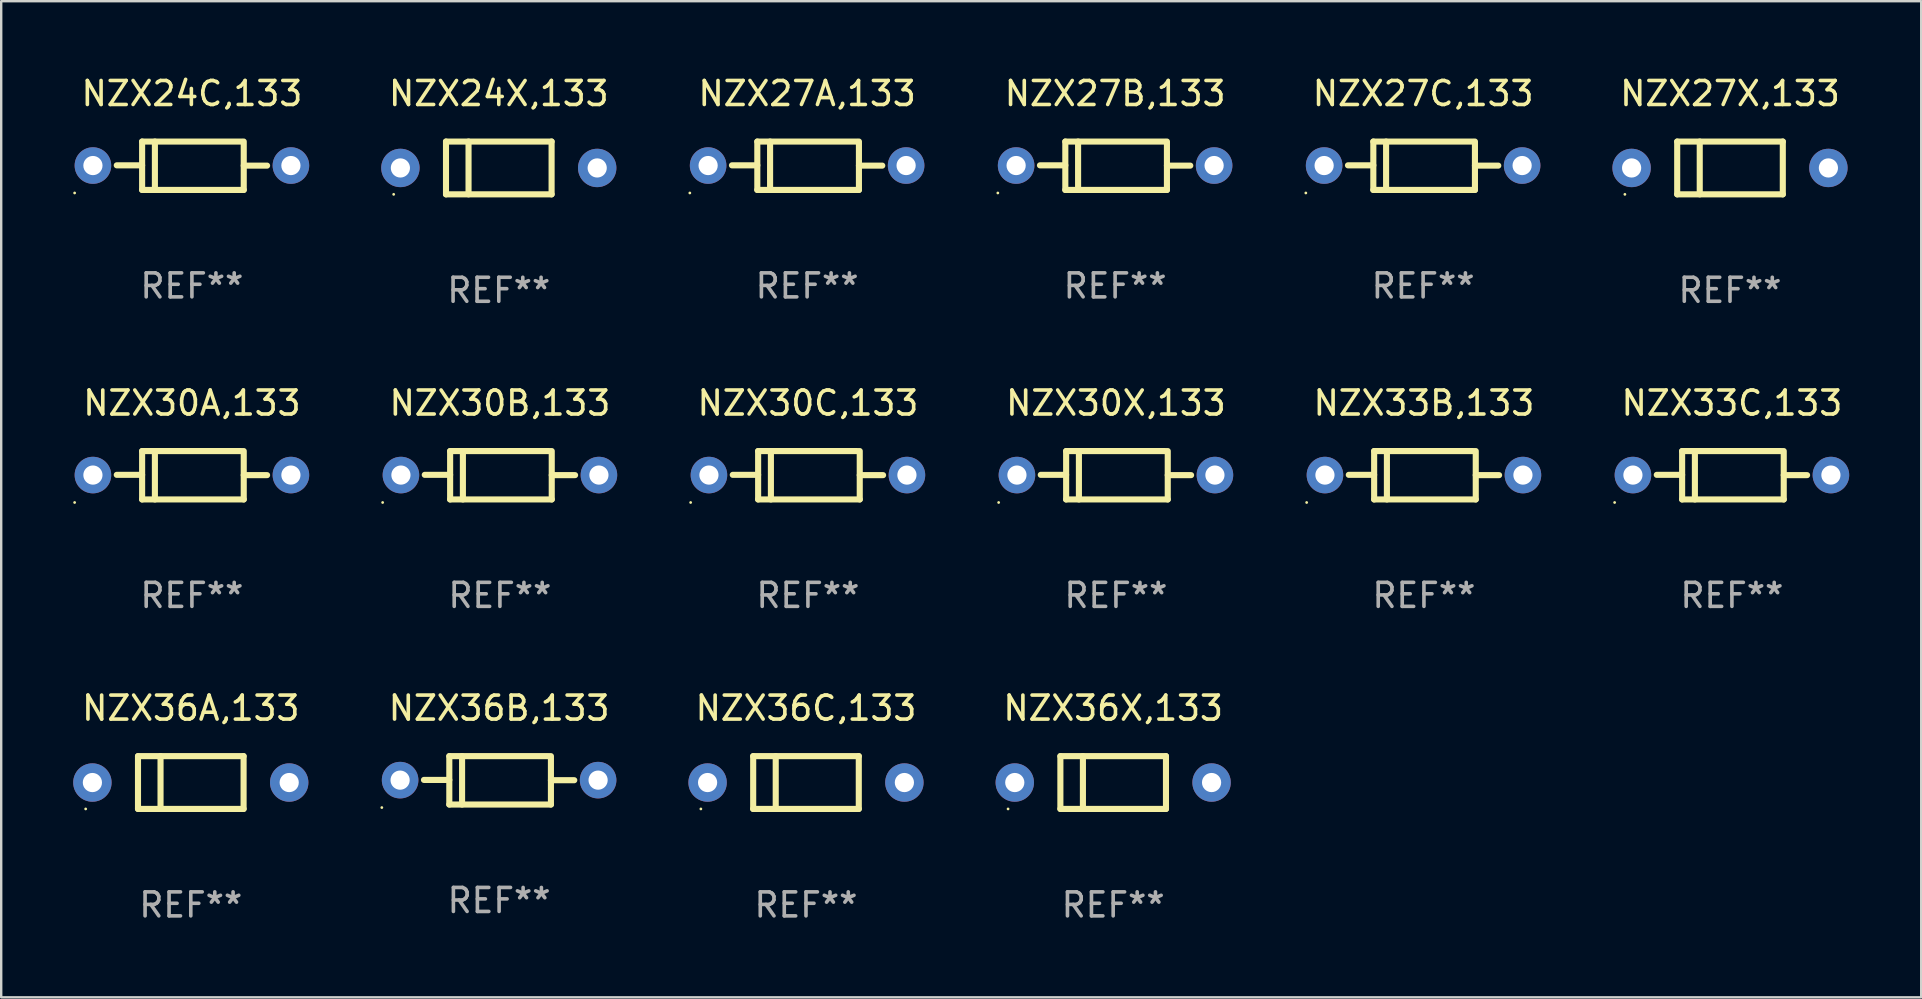
<source format=kicad_pcb>
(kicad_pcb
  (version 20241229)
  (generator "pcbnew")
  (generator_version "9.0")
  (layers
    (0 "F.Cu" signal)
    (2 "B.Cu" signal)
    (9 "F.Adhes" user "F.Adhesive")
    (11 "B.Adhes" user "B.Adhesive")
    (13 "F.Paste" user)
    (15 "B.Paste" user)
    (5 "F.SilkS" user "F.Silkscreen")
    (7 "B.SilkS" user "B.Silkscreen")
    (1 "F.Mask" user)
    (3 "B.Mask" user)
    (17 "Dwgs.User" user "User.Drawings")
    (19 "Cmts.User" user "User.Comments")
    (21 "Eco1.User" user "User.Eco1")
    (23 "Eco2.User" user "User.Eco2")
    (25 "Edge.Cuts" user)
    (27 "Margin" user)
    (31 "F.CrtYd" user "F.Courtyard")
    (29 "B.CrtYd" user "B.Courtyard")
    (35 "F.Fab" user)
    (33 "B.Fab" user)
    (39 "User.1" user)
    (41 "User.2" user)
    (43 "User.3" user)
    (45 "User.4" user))
  (footprint "NZX27B,133"
    (layer "F.Cu")
    (at 43.415 3.856)
    (property "Reference" "NZX27B,133" (at 0 -3.008 0) (layer "F.SilkS") (effects (font (size 1 1) (thickness 0.15))))
    (attr through_hole)
    (fp_line (start -2.075 -1.008) (end -2.075 1.008) (stroke (width 0.254) (type solid)) (layer "F.SilkS"))
    (fp_line (start -2.075 -0.017) (end -3.132 -0.017) (stroke (width 0.254) (type solid)) (layer "F.SilkS"))
    (fp_line (start -2.075 1.008) (end 2.159 1.008) (stroke (width 0.254) (type solid)) (layer "F.SilkS"))
    (fp_line (start -1.543 -1.008) (end -1.543 1.008) (stroke (width 0.254) (type solid)) (layer "F.SilkS"))
    (fp_line (start 2.075 -1.008) (end -2.075 -1.008) (stroke (width 0.254) (type solid)) (layer "F.SilkS"))
    (fp_line (start 2.159 -0.005) (end 3.132 -0.005) (stroke (width 0.254) (type solid)) (layer "F.SilkS"))
    (fp_line (start 2.159 1.008) (end 2.159 -1.008) (stroke (width 0.254) (type solid)) (layer "F.SilkS"))
    (fp_circle (center -4.887 1.135) (end -4.857 1.135) (stroke (width 0.06) (type solid)) (fill no) (layer "F.SilkS"))
    (fp_text user "REF**" (at 0 5.008 0) (layer "F.Fab") (effects (font (size 1 1) (thickness 0.15))))
    (pad "1" thru_hole circle (at -4.125 -0.008) (size 1.524 1.524) (drill 0.8) (layers "*.Cu" "*.Mask"))
    (pad "2" thru_hole circle (at 4.125 -0.008) (size 1.524 1.524) (drill 0.8) (layers "*.Cu" "*.Mask")))
  (footprint "NZX30A,133"
    (layer "F.Cu")
    (at 4.947 16.753)
    (property "Reference" "NZX30A,133" (at 0 -3.008 0) (layer "F.SilkS") (effects (font (size 1 1) (thickness 0.15))))
    (attr through_hole)
    (fp_line (start -2.075 -1.008) (end -2.075 1.008) (stroke (width 0.254) (type solid)) (layer "F.SilkS"))
    (fp_line (start -2.075 -0.017) (end -3.132 -0.017) (stroke (width 0.254) (type solid)) (layer "F.SilkS"))
    (fp_line (start -2.075 1.008) (end 2.159 1.008) (stroke (width 0.254) (type solid)) (layer "F.SilkS"))
    (fp_line (start -1.543 -1.008) (end -1.543 1.008) (stroke (width 0.254) (type solid)) (layer "F.SilkS"))
    (fp_line (start 2.075 -1.008) (end -2.075 -1.008) (stroke (width 0.254) (type solid)) (layer "F.SilkS"))
    (fp_line (start 2.159 -0.005) (end 3.132 -0.005) (stroke (width 0.254) (type solid)) (layer "F.SilkS"))
    (fp_line (start 2.159 1.008) (end 2.159 -1.008) (stroke (width 0.254) (type solid)) (layer "F.SilkS"))
    (fp_circle (center -4.887 1.135) (end -4.857 1.135) (stroke (width 0.06) (type solid)) (fill no) (layer "F.SilkS"))
    (fp_text user "REF**" (at 0 5.008 0) (layer "F.Fab") (effects (font (size 1 1) (thickness 0.15))))
    (pad "1" thru_hole circle (at -4.125 -0.008) (size 1.524 1.524) (drill 0.8) (layers "*.Cu" "*.Mask"))
    (pad "2" thru_hole circle (at 4.125 -0.008) (size 1.524 1.524) (drill 0.8) (layers "*.Cu" "*.Mask")))
  (footprint "NZX33C,133"
    (layer "F.Cu")
    (at 69.116 16.753)
    (property "Reference" "NZX33C,133" (at 0 -3.008 0) (layer "F.SilkS") (effects (font (size 1 1) (thickness 0.15))))
    (attr through_hole)
    (fp_line (start -2.075 -1.008) (end -2.075 1.008) (stroke (width 0.254) (type solid)) (layer "F.SilkS"))
    (fp_line (start -2.075 -0.017) (end -3.132 -0.017) (stroke (width 0.254) (type solid)) (layer "F.SilkS"))
    (fp_line (start -2.075 1.008) (end 2.159 1.008) (stroke (width 0.254) (type solid)) (layer "F.SilkS"))
    (fp_line (start -1.543 -1.008) (end -1.543 1.008) (stroke (width 0.254) (type solid)) (layer "F.SilkS"))
    (fp_line (start 2.075 -1.008) (end -2.075 -1.008) (stroke (width 0.254) (type solid)) (layer "F.SilkS"))
    (fp_line (start 2.159 -0.005) (end 3.132 -0.005) (stroke (width 0.254) (type solid)) (layer "F.SilkS"))
    (fp_line (start 2.159 1.008) (end 2.159 -1.008) (stroke (width 0.254) (type solid)) (layer "F.SilkS"))
    (fp_circle (center -4.887 1.135) (end -4.857 1.135) (stroke (width 0.06) (type solid)) (fill no) (layer "F.SilkS"))
    (fp_text user "REF**" (at 0 5.008 0) (layer "F.Fab") (effects (font (size 1 1) (thickness 0.15))))
    (pad "1" thru_hole circle (at -4.125 -0.008) (size 1.524 1.524) (drill 0.8) (layers "*.Cu" "*.Mask"))
    (pad "2" thru_hole circle (at 4.125 -0.008) (size 1.524 1.524) (drill 0.8) (layers "*.Cu" "*.Mask")))
  (footprint "NZX30C,133"
    (layer "F.Cu")
    (at 30.615 16.753)
    (property "Reference" "NZX30C,133" (at 0 -3.008 0) (layer "F.SilkS") (effects (font (size 1 1) (thickness 0.15))))
    (attr through_hole)
    (fp_line (start -2.075 -1.008) (end -2.075 1.008) (stroke (width 0.254) (type solid)) (layer "F.SilkS"))
    (fp_line (start -2.075 -0.017) (end -3.132 -0.017) (stroke (width 0.254) (type solid)) (layer "F.SilkS"))
    (fp_line (start -2.075 1.008) (end 2.159 1.008) (stroke (width 0.254) (type solid)) (layer "F.SilkS"))
    (fp_line (start -1.543 -1.008) (end -1.543 1.008) (stroke (width 0.254) (type solid)) (layer "F.SilkS"))
    (fp_line (start 2.075 -1.008) (end -2.075 -1.008) (stroke (width 0.254) (type solid)) (layer "F.SilkS"))
    (fp_line (start 2.159 -0.005) (end 3.132 -0.005) (stroke (width 0.254) (type solid)) (layer "F.SilkS"))
    (fp_line (start 2.159 1.008) (end 2.159 -1.008) (stroke (width 0.254) (type solid)) (layer "F.SilkS"))
    (fp_circle (center -4.887 1.135) (end -4.857 1.135) (stroke (width 0.06) (type solid)) (fill no) (layer "F.SilkS"))
    (fp_text user "REF**" (at 0 5.008 0) (layer "F.Fab") (effects (font (size 1 1) (thickness 0.15))))
    (pad "1" thru_hole circle (at -4.125 -0.008) (size 1.524 1.524) (drill 0.8) (layers "*.Cu" "*.Mask"))
    (pad "2" thru_hole circle (at 4.125 -0.008) (size 1.524 1.524) (drill 0.8) (layers "*.Cu" "*.Mask")))
  (footprint "NZX36A,133"
    (layer "F.Cu")
    (at 4.9 29.557)
    (property "Reference" "NZX36A,133" (at 0 -3.1 0) (layer "F.SilkS") (effects (font (size 1 1) (thickness 0.15))))
    (attr through_hole)
    (fp_line (start -2.2 -1.1) (end -2.2 1.1) (stroke (width 0.254) (type solid)) (layer "F.SilkS"))
    (fp_line (start -2.2 -1.1) (end 2.2 -1.1) (stroke (width 0.254) (type solid)) (layer "F.SilkS"))
    (fp_line (start -2.2 1.1) (end 2.2 1.1) (stroke (width 0.254) (type solid)) (layer "F.SilkS"))
    (fp_line (start -1.261 -1.1) (end -1.261 1.1) (stroke (width 0.254) (type solid)) (layer "F.SilkS"))
    (fp_line (start 2.2 -1.1) (end 2.2 1.1) (stroke (width 0.254) (type solid)) (layer "F.SilkS"))
    (fp_circle (center -4.38 1.1) (end -4.35 1.1) (stroke (width 0.06) (type solid)) (fill no) (layer "F.SilkS"))
    (fp_text user "REF**" (at 0 5.1 0) (layer "F.Fab") (effects (font (size 1 1) (thickness 0.15))))
    (pad "1" thru_hole circle (at -4.1 0) (size 1.6 1.6) (drill 0.8) (layers "*.Cu" "*.Mask"))
    (pad "2" thru_hole circle (at 4.1 0) (size 1.6 1.6) (drill 0.8) (layers "*.Cu" "*.Mask")))
  (footprint "NZX27X,133"
    (layer "F.Cu")
    (at 69.036 3.948)
    (property "Reference" "NZX27X,133" (at 0 -3.1 0) (layer "F.SilkS") (effects (font (size 1 1) (thickness 0.15))))
    (attr through_hole)
    (fp_line (start -2.2 -1.1) (end -2.2 1.1) (stroke (width 0.254) (type solid)) (layer "F.SilkS"))
    (fp_line (start -2.2 -1.1) (end 2.2 -1.1) (stroke (width 0.254) (type solid)) (layer "F.SilkS"))
    (fp_line (start -2.2 1.1) (end 2.2 1.1) (stroke (width 0.254) (type solid)) (layer "F.SilkS"))
    (fp_line (start -1.261 -1.1) (end -1.261 1.1) (stroke (width 0.254) (type solid)) (layer "F.SilkS"))
    (fp_line (start 2.2 -1.1) (end 2.2 1.1) (stroke (width 0.254) (type solid)) (layer "F.SilkS"))
    (fp_circle (center -4.38 1.1) (end -4.35 1.1) (stroke (width 0.06) (type solid)) (fill no) (layer "F.SilkS"))
    (fp_text user "REF**" (at 0 5.1 0) (layer "F.Fab") (effects (font (size 1 1) (thickness 0.15))))
    (pad "1" thru_hole circle (at -4.1 0) (size 1.6 1.6) (drill 0.8) (layers "*.Cu" "*.Mask"))
    (pad "2" thru_hole circle (at 4.1 0) (size 1.6 1.6) (drill 0.8) (layers "*.Cu" "*.Mask")))
  (footprint "NZX24C,133"
    (layer "F.Cu")
    (at 4.947 3.856)
    (property "Reference" "NZX24C,133" (at 0 -3.008 0) (layer "F.SilkS") (effects (font (size 1 1) (thickness 0.15))))
    (attr through_hole)
    (fp_line (start -2.075 -1.008) (end -2.075 1.008) (stroke (width 0.254) (type solid)) (layer "F.SilkS"))
    (fp_line (start -2.075 -0.017) (end -3.132 -0.017) (stroke (width 0.254) (type solid)) (layer "F.SilkS"))
    (fp_line (start -2.075 1.008) (end 2.159 1.008) (stroke (width 0.254) (type solid)) (layer "F.SilkS"))
    (fp_line (start -1.543 -1.008) (end -1.543 1.008) (stroke (width 0.254) (type solid)) (layer "F.SilkS"))
    (fp_line (start 2.075 -1.008) (end -2.075 -1.008) (stroke (width 0.254) (type solid)) (layer "F.SilkS"))
    (fp_line (start 2.159 -0.005) (end 3.132 -0.005) (stroke (width 0.254) (type solid)) (layer "F.SilkS"))
    (fp_line (start 2.159 1.008) (end 2.159 -1.008) (stroke (width 0.254) (type solid)) (layer "F.SilkS"))
    (fp_circle (center -4.887 1.135) (end -4.857 1.135) (stroke (width 0.06) (type solid)) (fill no) (layer "F.SilkS"))
    (fp_text user "REF**" (at 0 5.008 0) (layer "F.Fab") (effects (font (size 1 1) (thickness 0.15))))
    (pad "1" thru_hole circle (at -4.125 -0.008) (size 1.524 1.524) (drill 0.8) (layers "*.Cu" "*.Mask"))
    (pad "2" thru_hole circle (at 4.125 -0.008) (size 1.524 1.524) (drill 0.8) (layers "*.Cu" "*.Mask")))
  (footprint "NZX36B,133"
    (layer "F.Cu")
    (at 17.747 29.465)
    (property "Reference" "NZX36B,133" (at 0 -3.008 0) (layer "F.SilkS") (effects (font (size 1 1) (thickness 0.15))))
    (attr through_hole)
    (fp_line (start -2.075 -1.008) (end -2.075 1.008) (stroke (width 0.254) (type solid)) (layer "F.SilkS"))
    (fp_line (start -2.075 -0.017) (end -3.132 -0.017) (stroke (width 0.254) (type solid)) (layer "F.SilkS"))
    (fp_line (start -2.075 1.008) (end 2.159 1.008) (stroke (width 0.254) (type solid)) (layer "F.SilkS"))
    (fp_line (start -1.543 -1.008) (end -1.543 1.008) (stroke (width 0.254) (type solid)) (layer "F.SilkS"))
    (fp_line (start 2.075 -1.008) (end -2.075 -1.008) (stroke (width 0.254) (type solid)) (layer "F.SilkS"))
    (fp_line (start 2.159 -0.005) (end 3.132 -0.005) (stroke (width 0.254) (type solid)) (layer "F.SilkS"))
    (fp_line (start 2.159 1.008) (end 2.159 -1.008) (stroke (width 0.254) (type solid)) (layer "F.SilkS"))
    (fp_circle (center -4.887 1.135) (end -4.857 1.135) (stroke (width 0.06) (type solid)) (fill no) (layer "F.SilkS"))
    (fp_text user "REF**" (at 0 5.008 0) (layer "F.Fab") (effects (font (size 1 1) (thickness 0.15))))
    (pad "1" thru_hole circle (at -4.125 -0.008) (size 1.524 1.524) (drill 0.8) (layers "*.Cu" "*.Mask"))
    (pad "2" thru_hole circle (at 4.125 -0.008) (size 1.524 1.524) (drill 0.8) (layers "*.Cu" "*.Mask")))
  (footprint "NZX30X,133"
    (layer "F.Cu")
    (at 43.449 16.753)
    (property "Reference" "NZX30X,133" (at 0 -3.008 0) (layer "F.SilkS") (effects (font (size 1 1) (thickness 0.15))))
    (attr through_hole)
    (fp_line (start -2.075 -1.008) (end -2.075 1.008) (stroke (width 0.254) (type solid)) (layer "F.SilkS"))
    (fp_line (start -2.075 -0.017) (end -3.132 -0.017) (stroke (width 0.254) (type solid)) (layer "F.SilkS"))
    (fp_line (start -2.075 1.008) (end 2.159 1.008) (stroke (width 0.254) (type solid)) (layer "F.SilkS"))
    (fp_line (start -1.543 -1.008) (end -1.543 1.008) (stroke (width 0.254) (type solid)) (layer "F.SilkS"))
    (fp_line (start 2.075 -1.008) (end -2.075 -1.008) (stroke (width 0.254) (type solid)) (layer "F.SilkS"))
    (fp_line (start 2.159 -0.005) (end 3.132 -0.005) (stroke (width 0.254) (type solid)) (layer "F.SilkS"))
    (fp_line (start 2.159 1.008) (end 2.159 -1.008) (stroke (width 0.254) (type solid)) (layer "F.SilkS"))
    (fp_circle (center -4.887 1.135) (end -4.857 1.135) (stroke (width 0.06) (type solid)) (fill no) (layer "F.SilkS"))
    (fp_text user "REF**" (at 0 5.008 0) (layer "F.Fab") (effects (font (size 1 1) (thickness 0.15))))
    (pad "1" thru_hole circle (at -4.125 -0.008) (size 1.524 1.524) (drill 0.8) (layers "*.Cu" "*.Mask"))
    (pad "2" thru_hole circle (at 4.125 -0.008) (size 1.524 1.524) (drill 0.8) (layers "*.Cu" "*.Mask")))
  (footprint "NZX36C,133"
    (layer "F.Cu")
    (at 30.534 29.557)
    (property "Reference" "NZX36C,133" (at 0 -3.1 0) (layer "F.SilkS") (effects (font (size 1 1) (thickness 0.15))))
    (attr through_hole)
    (fp_line (start -2.2 -1.1) (end -2.2 1.1) (stroke (width 0.254) (type solid)) (layer "F.SilkS"))
    (fp_line (start -2.2 -1.1) (end 2.2 -1.1) (stroke (width 0.254) (type solid)) (layer "F.SilkS"))
    (fp_line (start -2.2 1.1) (end 2.2 1.1) (stroke (width 0.254) (type solid)) (layer "F.SilkS"))
    (fp_line (start -1.261 -1.1) (end -1.261 1.1) (stroke (width 0.254) (type solid)) (layer "F.SilkS"))
    (fp_line (start 2.2 -1.1) (end 2.2 1.1) (stroke (width 0.254) (type solid)) (layer "F.SilkS"))
    (fp_circle (center -4.38 1.1) (end -4.35 1.1) (stroke (width 0.06) (type solid)) (fill no) (layer "F.SilkS"))
    (fp_text user "REF**" (at 0 5.1 0) (layer "F.Fab") (effects (font (size 1 1) (thickness 0.15))))
    (pad "1" thru_hole circle (at -4.1 0) (size 1.6 1.6) (drill 0.8) (layers "*.Cu" "*.Mask"))
    (pad "2" thru_hole circle (at 4.1 0) (size 1.6 1.6) (drill 0.8) (layers "*.Cu" "*.Mask")))
  (footprint "NZX27A,133"
    (layer "F.Cu")
    (at 30.581 3.856)
    (property "Reference" "NZX27A,133" (at 0 -3.008 0) (layer "F.SilkS") (effects (font (size 1 1) (thickness 0.15))))
    (attr through_hole)
    (fp_line (start -2.075 -1.008) (end -2.075 1.008) (stroke (width 0.254) (type solid)) (layer "F.SilkS"))
    (fp_line (start -2.075 -0.017) (end -3.132 -0.017) (stroke (width 0.254) (type solid)) (layer "F.SilkS"))
    (fp_line (start -2.075 1.008) (end 2.159 1.008) (stroke (width 0.254) (type solid)) (layer "F.SilkS"))
    (fp_line (start -1.543 -1.008) (end -1.543 1.008) (stroke (width 0.254) (type solid)) (layer "F.SilkS"))
    (fp_line (start 2.075 -1.008) (end -2.075 -1.008) (stroke (width 0.254) (type solid)) (layer "F.SilkS"))
    (fp_line (start 2.159 -0.005) (end 3.132 -0.005) (stroke (width 0.254) (type solid)) (layer "F.SilkS"))
    (fp_line (start 2.159 1.008) (end 2.159 -1.008) (stroke (width 0.254) (type solid)) (layer "F.SilkS"))
    (fp_circle (center -4.887 1.135) (end -4.857 1.135) (stroke (width 0.06) (type solid)) (fill no) (layer "F.SilkS"))
    (fp_text user "REF**" (at 0 5.008 0) (layer "F.Fab") (effects (font (size 1 1) (thickness 0.15))))
    (pad "1" thru_hole circle (at -4.125 -0.008) (size 1.524 1.524) (drill 0.8) (layers "*.Cu" "*.Mask"))
    (pad "2" thru_hole circle (at 4.125 -0.008) (size 1.524 1.524) (drill 0.8) (layers "*.Cu" "*.Mask")))
  (footprint "NZX33B,133"
    (layer "F.Cu")
    (at 56.283 16.753)
    (property "Reference" "NZX33B,133" (at 0 -3.008 0) (layer "F.SilkS") (effects (font (size 1 1) (thickness 0.15))))
    (attr through_hole)
    (fp_line (start -2.075 -1.008) (end -2.075 1.008) (stroke (width 0.254) (type solid)) (layer "F.SilkS"))
    (fp_line (start -2.075 -0.017) (end -3.132 -0.017) (stroke (width 0.254) (type solid)) (layer "F.SilkS"))
    (fp_line (start -2.075 1.008) (end 2.159 1.008) (stroke (width 0.254) (type solid)) (layer "F.SilkS"))
    (fp_line (start -1.543 -1.008) (end -1.543 1.008) (stroke (width 0.254) (type solid)) (layer "F.SilkS"))
    (fp_line (start 2.075 -1.008) (end -2.075 -1.008) (stroke (width 0.254) (type solid)) (layer "F.SilkS"))
    (fp_line (start 2.159 -0.005) (end 3.132 -0.005) (stroke (width 0.254) (type solid)) (layer "F.SilkS"))
    (fp_line (start 2.159 1.008) (end 2.159 -1.008) (stroke (width 0.254) (type solid)) (layer "F.SilkS"))
    (fp_circle (center -4.887 1.135) (end -4.857 1.135) (stroke (width 0.06) (type solid)) (fill no) (layer "F.SilkS"))
    (fp_text user "REF**" (at 0 5.008 0) (layer "F.Fab") (effects (font (size 1 1) (thickness 0.15))))
    (pad "1" thru_hole circle (at -4.125 -0.008) (size 1.524 1.524) (drill 0.8) (layers "*.Cu" "*.Mask"))
    (pad "2" thru_hole circle (at 4.125 -0.008) (size 1.524 1.524) (drill 0.8) (layers "*.Cu" "*.Mask")))
  (footprint "NZX36X,133"
    (layer "F.Cu")
    (at 43.334 29.557)
    (property "Reference" "NZX36X,133" (at 0 -3.1 0) (layer "F.SilkS") (effects (font (size 1 1) (thickness 0.15))))
    (attr through_hole)
    (fp_line (start -2.2 -1.1) (end -2.2 1.1) (stroke (width 0.254) (type solid)) (layer "F.SilkS"))
    (fp_line (start -2.2 -1.1) (end 2.2 -1.1) (stroke (width 0.254) (type solid)) (layer "F.SilkS"))
    (fp_line (start -2.2 1.1) (end 2.2 1.1) (stroke (width 0.254) (type solid)) (layer "F.SilkS"))
    (fp_line (start -1.261 -1.1) (end -1.261 1.1) (stroke (width 0.254) (type solid)) (layer "F.SilkS"))
    (fp_line (start 2.2 -1.1) (end 2.2 1.1) (stroke (width 0.254) (type solid)) (layer "F.SilkS"))
    (fp_circle (center -4.38 1.1) (end -4.35 1.1) (stroke (width 0.06) (type solid)) (fill no) (layer "F.SilkS"))
    (fp_text user "REF**" (at 0 5.1 0) (layer "F.Fab") (effects (font (size 1 1) (thickness 0.15))))
    (pad "1" thru_hole circle (at -4.1 0) (size 1.6 1.6) (drill 0.8) (layers "*.Cu" "*.Mask"))
    (pad "2" thru_hole circle (at 4.1 0) (size 1.6 1.6) (drill 0.8) (layers "*.Cu" "*.Mask")))
  (footprint "NZX27C,133"
    (layer "F.Cu")
    (at 56.249 3.856)
    (property "Reference" "NZX27C,133" (at 0 -3.008 0) (layer "F.SilkS") (effects (font (size 1 1) (thickness 0.15))))
    (attr through_hole)
    (fp_line (start -2.075 -1.008) (end -2.075 1.008) (stroke (width 0.254) (type solid)) (layer "F.SilkS"))
    (fp_line (start -2.075 -0.017) (end -3.132 -0.017) (stroke (width 0.254) (type solid)) (layer "F.SilkS"))
    (fp_line (start -2.075 1.008) (end 2.159 1.008) (stroke (width 0.254) (type solid)) (layer "F.SilkS"))
    (fp_line (start -1.543 -1.008) (end -1.543 1.008) (stroke (width 0.254) (type solid)) (layer "F.SilkS"))
    (fp_line (start 2.075 -1.008) (end -2.075 -1.008) (stroke (width 0.254) (type solid)) (layer "F.SilkS"))
    (fp_line (start 2.159 -0.005) (end 3.132 -0.005) (stroke (width 0.254) (type solid)) (layer "F.SilkS"))
    (fp_line (start 2.159 1.008) (end 2.159 -1.008) (stroke (width 0.254) (type solid)) (layer "F.SilkS"))
    (fp_circle (center -4.887 1.135) (end -4.857 1.135) (stroke (width 0.06) (type solid)) (fill no) (layer "F.SilkS"))
    (fp_text user "REF**" (at 0 5.008 0) (layer "F.Fab") (effects (font (size 1 1) (thickness 0.15))))
    (pad "1" thru_hole circle (at -4.125 -0.008) (size 1.524 1.524) (drill 0.8) (layers "*.Cu" "*.Mask"))
    (pad "2" thru_hole circle (at 4.125 -0.008) (size 1.524 1.524) (drill 0.8) (layers "*.Cu" "*.Mask")))
  (footprint "NZX30B,133"
    (layer "F.Cu")
    (at 17.781 16.753)
    (property "Reference" "NZX30B,133" (at 0 -3.008 0) (layer "F.SilkS") (effects (font (size 1 1) (thickness 0.15))))
    (attr through_hole)
    (fp_line (start -2.075 -1.008) (end -2.075 1.008) (stroke (width 0.254) (type solid)) (layer "F.SilkS"))
    (fp_line (start -2.075 -0.017) (end -3.132 -0.017) (stroke (width 0.254) (type solid)) (layer "F.SilkS"))
    (fp_line (start -2.075 1.008) (end 2.159 1.008) (stroke (width 0.254) (type solid)) (layer "F.SilkS"))
    (fp_line (start -1.543 -1.008) (end -1.543 1.008) (stroke (width 0.254) (type solid)) (layer "F.SilkS"))
    (fp_line (start 2.075 -1.008) (end -2.075 -1.008) (stroke (width 0.254) (type solid)) (layer "F.SilkS"))
    (fp_line (start 2.159 -0.005) (end 3.132 -0.005) (stroke (width 0.254) (type solid)) (layer "F.SilkS"))
    (fp_line (start 2.159 1.008) (end 2.159 -1.008) (stroke (width 0.254) (type solid)) (layer "F.SilkS"))
    (fp_circle (center -4.887 1.135) (end -4.857 1.135) (stroke (width 0.06) (type solid)) (fill no) (layer "F.SilkS"))
    (fp_text user "REF**" (at 0 5.008 0) (layer "F.Fab") (effects (font (size 1 1) (thickness 0.15))))
    (pad "1" thru_hole circle (at -4.125 -0.008) (size 1.524 1.524) (drill 0.8) (layers "*.Cu" "*.Mask"))
    (pad "2" thru_hole circle (at 4.125 -0.008) (size 1.524 1.524) (drill 0.8) (layers "*.Cu" "*.Mask")))
  (footprint "NZX24X,133"
    (layer "F.Cu")
    (at 17.734 3.948)
    (property "Reference" "NZX24X,133" (at 0 -3.1 0) (layer "F.SilkS") (effects (font (size 1 1) (thickness 0.15))))
    (attr through_hole)
    (fp_line (start -2.2 -1.1) (end -2.2 1.1) (stroke (width 0.254) (type solid)) (layer "F.SilkS"))
    (fp_line (start -2.2 -1.1) (end 2.2 -1.1) (stroke (width 0.254) (type solid)) (layer "F.SilkS"))
    (fp_line (start -2.2 1.1) (end 2.2 1.1) (stroke (width 0.254) (type solid)) (layer "F.SilkS"))
    (fp_line (start -1.261 -1.1) (end -1.261 1.1) (stroke (width 0.254) (type solid)) (layer "F.SilkS"))
    (fp_line (start 2.2 -1.1) (end 2.2 1.1) (stroke (width 0.254) (type solid)) (layer "F.SilkS"))
    (fp_circle (center -4.38 1.1) (end -4.35 1.1) (stroke (width 0.06) (type solid)) (fill no) (layer "F.SilkS"))
    (fp_text user "REF**" (at 0 5.1 0) (layer "F.Fab") (effects (font (size 1 1) (thickness 0.15))))
    (pad "1" thru_hole circle (at -4.1 0) (size 1.6 1.6) (drill 0.8) (layers "*.Cu" "*.Mask"))
    (pad "2" thru_hole circle (at 4.1 0) (size 1.6 1.6) (drill 0.8) (layers "*.Cu" "*.Mask")))
  (gr_rect
    (start -3 -3)
    (end 77.003 38.506)
    (stroke (width 0.1) (type default))
    (fill no)
    (layer "Edge.Cuts")))
</source>
